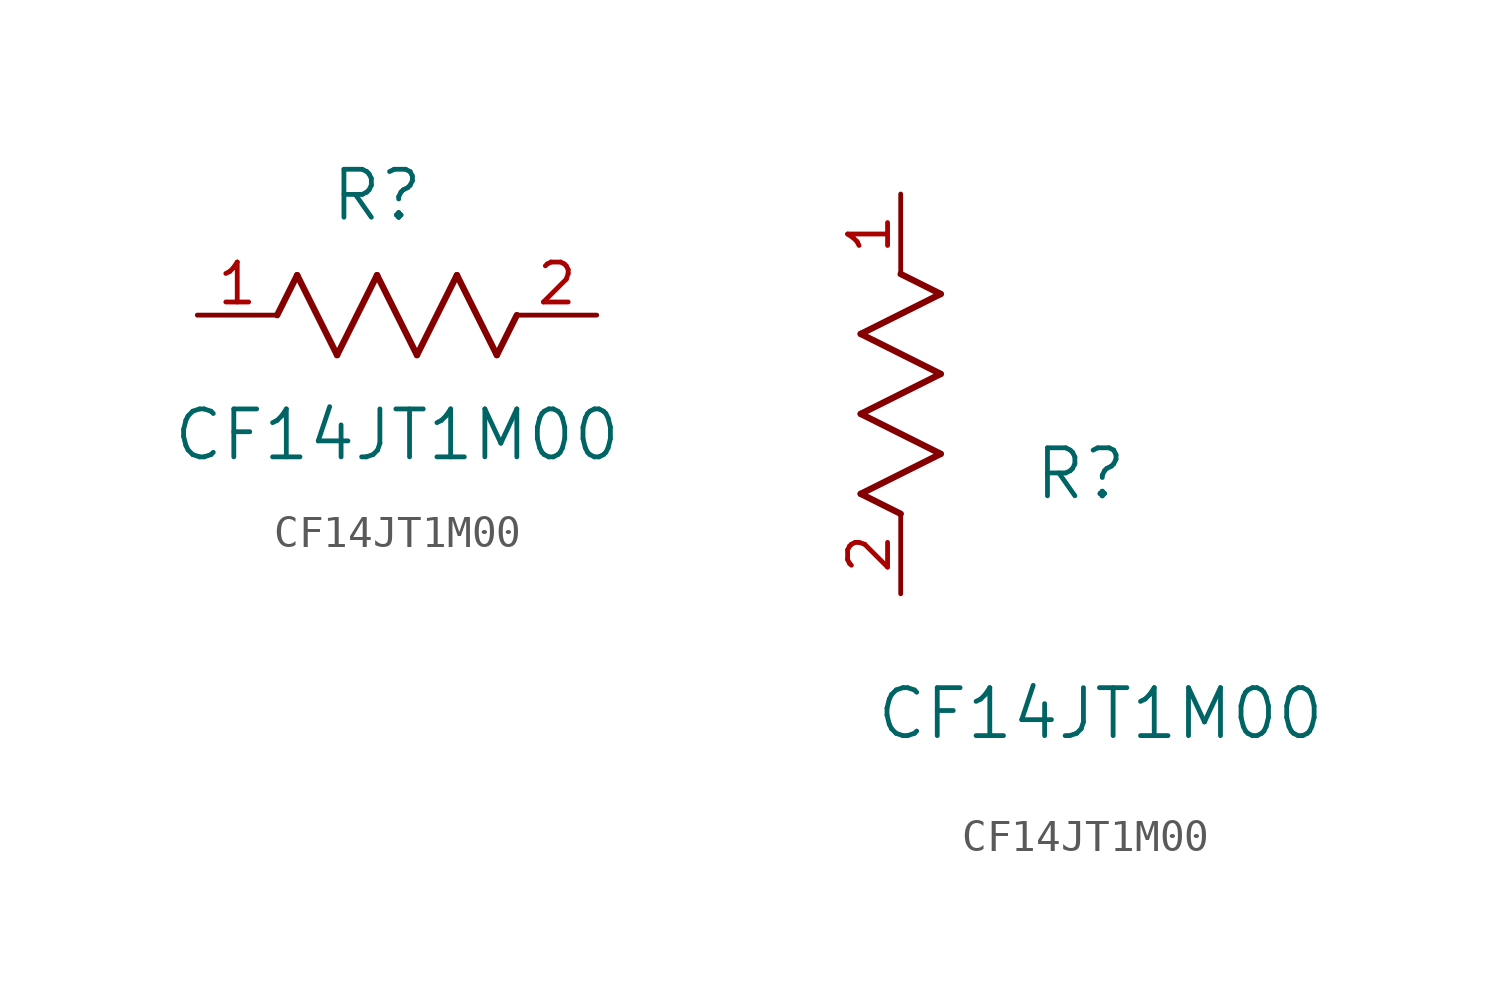
<source format=kicad_sym>
(kicad_symbol_lib
  (version 20211014)
  (generator kicad_symbol_editor)
  (symbol "CF14JT1M00"
    (pin_names
      (offset 0.254))
    (property "Reference" "R"
      (at 5.715 3.81 0)
      (effects (font (size 1.524 1.524))))
    (property "Value" "CF14JT1M00"
      (at 6.35 -3.81 0)
      (effects (font (size 1.524 1.524))))
    (symbol "CF14JT1M00_1_1"
      (polyline (pts (xy 3.175 1.27) (xy 4.445 -1.27)) (stroke (width 0.203) (type default) (color 0 0 0 0)) (fill (type none)))
      (polyline (pts (xy 4.445 -1.27) (xy 5.715 1.27)) (stroke (width 0.203) (type default) (color 0 0 0 0)) (fill (type none)))
      (polyline (pts (xy 5.715 1.27) (xy 6.985 -1.27)) (stroke (width 0.203) (type default) (color 0 0 0 0)) (fill (type none)))
      (polyline (pts (xy 6.985 -1.27) (xy 8.255 1.27)) (stroke (width 0.203) (type default) (color 0 0 0 0)) (fill (type none)))
      (polyline (pts (xy 8.255 1.27) (xy 9.525 -1.27)) (stroke (width 0.203) (type default) (color 0 0 0 0)) (fill (type none)))
      (polyline (pts (xy 2.54 0) (xy 3.175 1.27)) (stroke (width 0.203) (type default) (color 0 0 0 0)) (fill (type none)))
      (polyline (pts (xy 9.525 -1.27) (xy 10.16 0)) (stroke (width 0.203) (type default) (color 0 0 0 0)) (fill (type none)))
      (pin unspecified line (at 0 0 0) (length 2.54) (name "" (effects (font (size 1.27 1.27)))) (number "1" (effects (font (size 1.27 1.27)))))
      (pin unspecified line (at 12.7 0 180) (length 2.54) (name "" (effects (font (size 1.27 1.27)))) (number "2" (effects (font (size 1.27 1.27))))))
    (symbol "CF14JT1M00_1_2"
      (polyline (pts (xy 0 2.54) (xy -1.27 3.175)) (stroke (width 0.203) (type default) (color 0 0 0 0)) (fill (type none)))
      (polyline (pts (xy -1.27 3.175) (xy 1.27 4.445)) (stroke (width 0.203) (type default) (color 0 0 0 0)) (fill (type none)))
      (polyline (pts (xy 1.27 4.445) (xy -1.27 5.715)) (stroke (width 0.203) (type default) (color 0 0 0 0)) (fill (type none)))
      (polyline (pts (xy -1.27 5.715) (xy 1.27 6.985)) (stroke (width 0.203) (type default) (color 0 0 0 0)) (fill (type none)))
      (polyline (pts (xy -1.27 8.255) (xy 1.27 9.525)) (stroke (width 0.203) (type default) (color 0 0 0 0)) (fill (type none)))
      (polyline (pts (xy 1.27 9.525) (xy 0 10.16)) (stroke (width 0.203) (type default) (color 0 0 0 0)) (fill (type none)))
      (polyline (pts (xy 1.27 6.985) (xy -1.27 8.255)) (stroke (width 0.203) (type default) (color 0 0 0 0)) (fill (type none)))
      (pin unspecified line (at 0 12.7 270) (length 2.54) (name "" (effects (font (size 1.27 1.27)))) (number "1" (effects (font (size 1.27 1.27)))))
      (pin unspecified line (at 0 0 90) (length 2.54) (name "" (effects (font (size 1.27 1.27)))) (number "2" (effects (font (size 1.27 1.27))))))))
</source>
